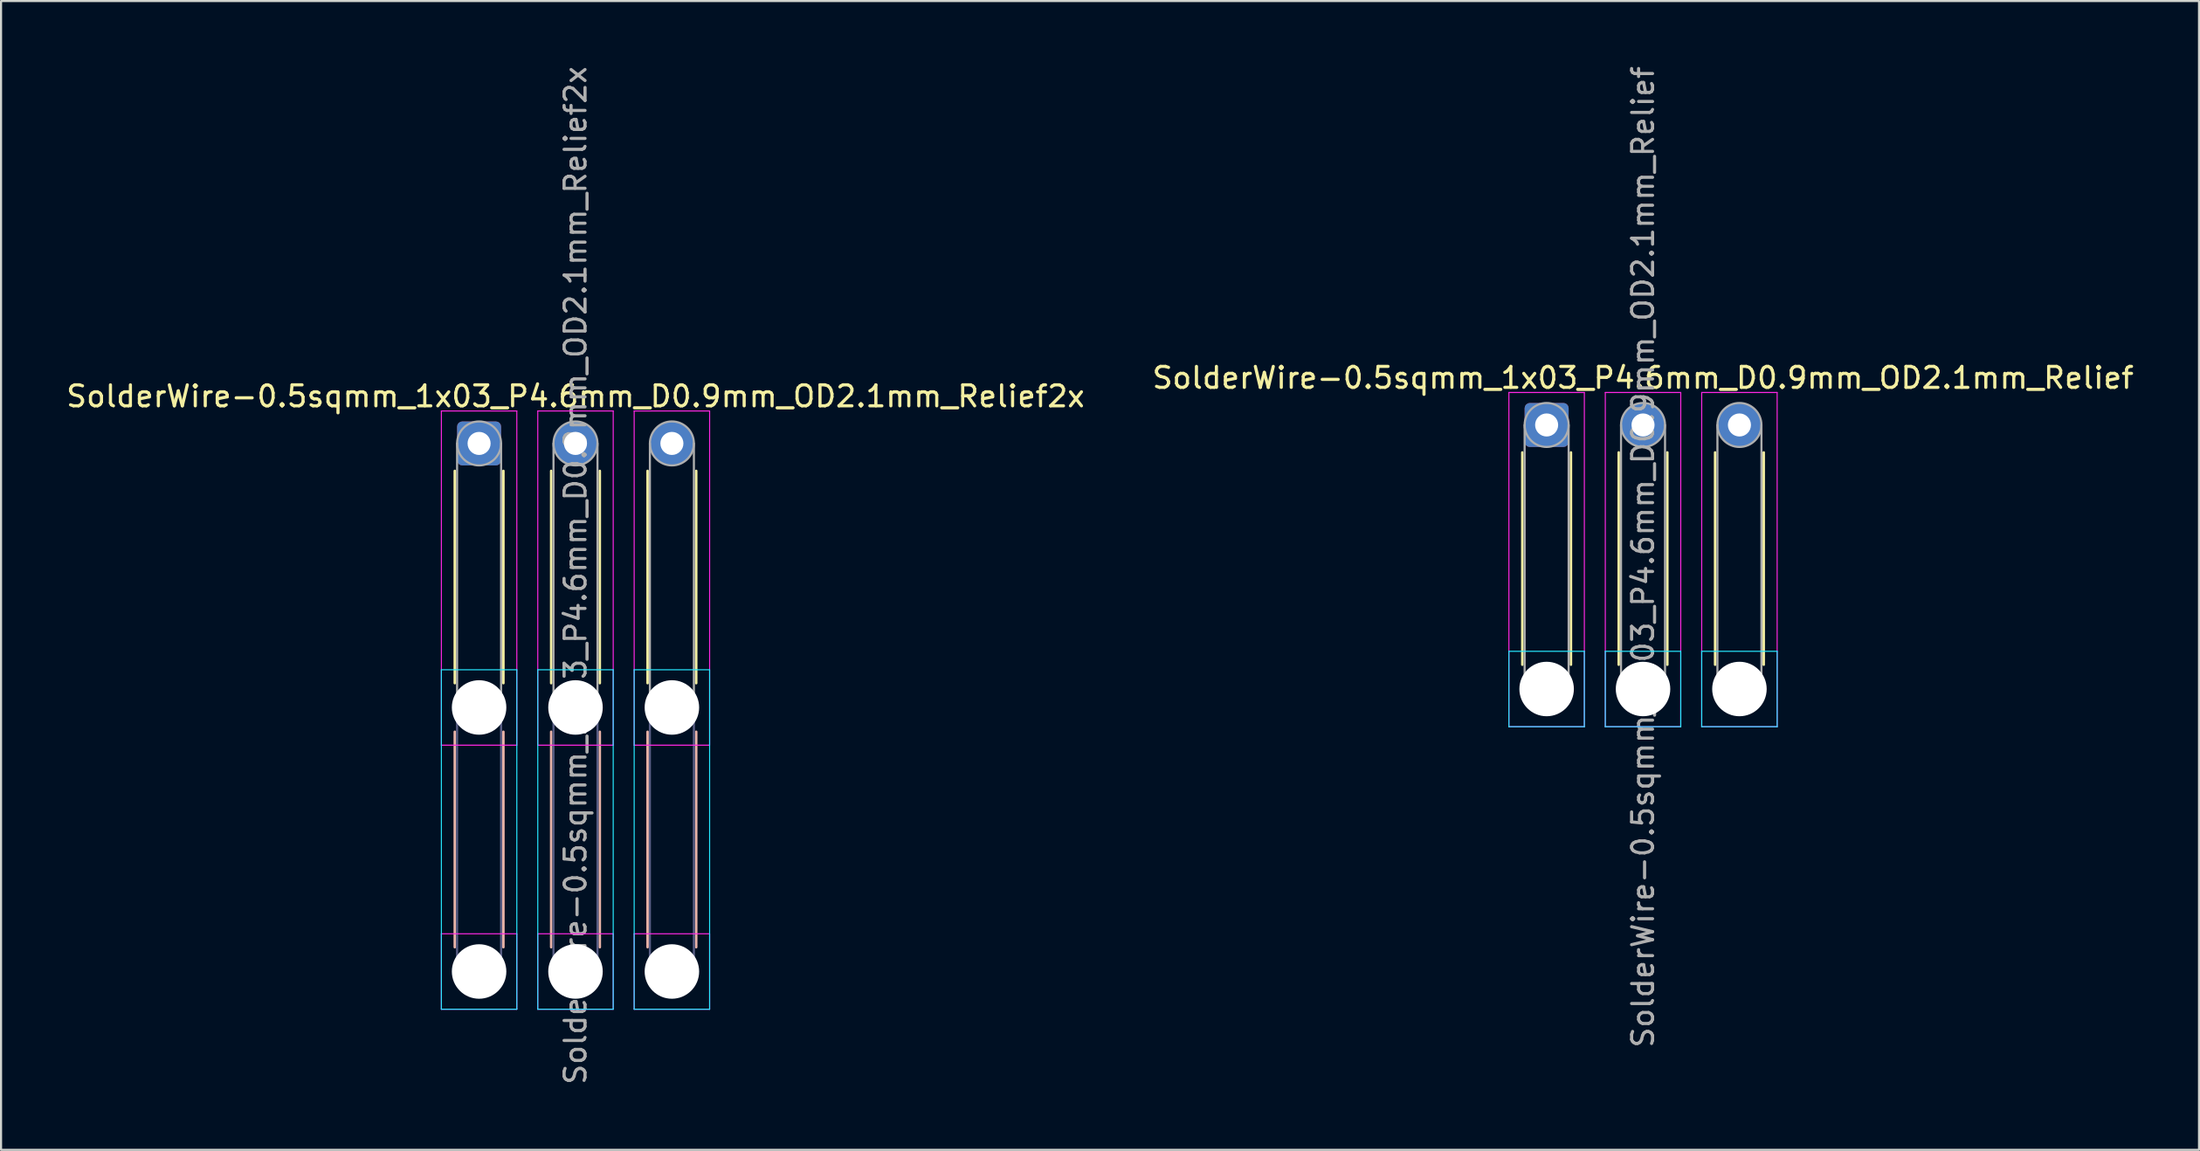
<source format=kicad_pcb>
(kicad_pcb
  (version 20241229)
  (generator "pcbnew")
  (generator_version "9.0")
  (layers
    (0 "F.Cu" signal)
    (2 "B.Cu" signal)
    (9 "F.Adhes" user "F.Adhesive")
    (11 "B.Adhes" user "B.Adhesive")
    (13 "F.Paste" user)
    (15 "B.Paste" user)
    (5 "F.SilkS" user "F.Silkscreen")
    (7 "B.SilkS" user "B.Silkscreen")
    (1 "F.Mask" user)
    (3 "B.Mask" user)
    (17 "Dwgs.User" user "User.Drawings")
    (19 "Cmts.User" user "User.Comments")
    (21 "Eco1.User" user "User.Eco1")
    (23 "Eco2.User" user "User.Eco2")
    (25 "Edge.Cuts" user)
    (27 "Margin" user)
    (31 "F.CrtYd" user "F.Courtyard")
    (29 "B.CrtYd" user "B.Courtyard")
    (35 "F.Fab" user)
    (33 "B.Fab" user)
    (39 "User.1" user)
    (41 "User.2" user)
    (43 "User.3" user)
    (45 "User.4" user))
  (footprint "SolderWire-0.5sqmm_1x03_P4.6mm_D0.9mm_OD2.1mm_Relief2x"
    (layer "F.Cu")
    (at 19.811 18.111)
    (property "Reference" "SolderWire-0.5sqmm_1x03_P4.6mm_D0.9mm_OD2.1mm_Relief2x" (at 4.6 -2.25 0) (layer "F.SilkS") (effects (font (size 1 1) (thickness 0.15))))
    (attr exclude_from_pos_files exclude_from_bom)
    (fp_line (start -1.16 1.31) (end -1.16 11.44) (stroke (width 0.12) (type solid)) (layer "F.SilkS"))
    (fp_line (start 1.16 1.31) (end 1.16 11.44) (stroke (width 0.12) (type solid)) (layer "F.SilkS"))
    (fp_line (start 3.44 1.31) (end 3.44 11.44) (stroke (width 0.12) (type solid)) (layer "F.SilkS"))
    (fp_line (start 5.76 1.31) (end 5.76 11.44) (stroke (width 0.12) (type solid)) (layer "F.SilkS"))
    (fp_line (start 8.04 1.31) (end 8.04 11.44) (stroke (width 0.12) (type solid)) (layer "F.SilkS"))
    (fp_line (start 10.36 1.31) (end 10.36 11.44) (stroke (width 0.12) (type solid)) (layer "F.SilkS"))
    (fp_line (start -1.16 13.76) (end -1.16 24.04) (stroke (width 0.12) (type solid)) (layer "B.SilkS"))
    (fp_line (start 1.16 13.76) (end 1.16 24.04) (stroke (width 0.12) (type solid)) (layer "B.SilkS"))
    (fp_line (start 3.44 13.76) (end 3.44 24.04) (stroke (width 0.12) (type solid)) (layer "B.SilkS"))
    (fp_line (start 5.76 13.76) (end 5.76 24.04) (stroke (width 0.12) (type solid)) (layer "B.SilkS"))
    (fp_line (start 8.04 13.76) (end 8.04 24.04) (stroke (width 0.12) (type solid)) (layer "B.SilkS"))
    (fp_line (start 10.36 13.76) (end 10.36 24.04) (stroke (width 0.12) (type solid)) (layer "B.SilkS"))
    (fp_line (start -1.8 10.8) (end -1.8 27) (stroke (width 0.05) (type solid)) (layer "B.CrtYd"))
    (fp_line (start -1.8 27) (end 1.8 27) (stroke (width 0.05) (type solid)) (layer "B.CrtYd"))
    (fp_line (start 1.8 10.8) (end -1.8 10.8) (stroke (width 0.05) (type solid)) (layer "B.CrtYd"))
    (fp_line (start 1.8 27) (end 1.8 10.8) (stroke (width 0.05) (type solid)) (layer "B.CrtYd"))
    (fp_line (start 2.8 10.8) (end 2.8 27) (stroke (width 0.05) (type solid)) (layer "B.CrtYd"))
    (fp_line (start 2.8 27) (end 6.4 27) (stroke (width 0.05) (type solid)) (layer "B.CrtYd"))
    (fp_line (start 6.4 10.8) (end 2.8 10.8) (stroke (width 0.05) (type solid)) (layer "B.CrtYd"))
    (fp_line (start 6.4 27) (end 6.4 10.8) (stroke (width 0.05) (type solid)) (layer "B.CrtYd"))
    (fp_line (start 7.4 10.8) (end 7.4 27) (stroke (width 0.05) (type solid)) (layer "B.CrtYd"))
    (fp_line (start 7.4 27) (end 11 27) (stroke (width 0.05) (type solid)) (layer "B.CrtYd"))
    (fp_line (start 11 10.8) (end 7.4 10.8) (stroke (width 0.05) (type solid)) (layer "B.CrtYd"))
    (fp_line (start 11 27) (end 11 10.8) (stroke (width 0.05) (type solid)) (layer "B.CrtYd"))
    (fp_line (start -1.8 -1.55) (end -1.8 14.4) (stroke (width 0.05) (type solid)) (layer "F.CrtYd"))
    (fp_line (start -1.8 14.4) (end 1.8 14.4) (stroke (width 0.05) (type solid)) (layer "F.CrtYd"))
    (fp_line (start -1.8 23.4) (end -1.8 27) (stroke (width 0.05) (type solid)) (layer "F.CrtYd"))
    (fp_line (start -1.8 27) (end 1.8 27) (stroke (width 0.05) (type solid)) (layer "F.CrtYd"))
    (fp_line (start 1.8 -1.55) (end -1.8 -1.55) (stroke (width 0.05) (type solid)) (layer "F.CrtYd"))
    (fp_line (start 1.8 14.4) (end 1.8 -1.55) (stroke (width 0.05) (type solid)) (layer "F.CrtYd"))
    (fp_line (start 1.8 23.4) (end -1.8 23.4) (stroke (width 0.05) (type solid)) (layer "F.CrtYd"))
    (fp_line (start 1.8 27) (end 1.8 23.4) (stroke (width 0.05) (type solid)) (layer "F.CrtYd"))
    (fp_line (start 2.8 -1.55) (end 2.8 14.4) (stroke (width 0.05) (type solid)) (layer "F.CrtYd"))
    (fp_line (start 2.8 14.4) (end 6.4 14.4) (stroke (width 0.05) (type solid)) (layer "F.CrtYd"))
    (fp_line (start 2.8 23.4) (end 2.8 27) (stroke (width 0.05) (type solid)) (layer "F.CrtYd"))
    (fp_line (start 2.8 27) (end 6.4 27) (stroke (width 0.05) (type solid)) (layer "F.CrtYd"))
    (fp_line (start 6.4 -1.55) (end 2.8 -1.55) (stroke (width 0.05) (type solid)) (layer "F.CrtYd"))
    (fp_line (start 6.4 14.4) (end 6.4 -1.55) (stroke (width 0.05) (type solid)) (layer "F.CrtYd"))
    (fp_line (start 6.4 23.4) (end 2.8 23.4) (stroke (width 0.05) (type solid)) (layer "F.CrtYd"))
    (fp_line (start 6.4 27) (end 6.4 23.4) (stroke (width 0.05) (type solid)) (layer "F.CrtYd"))
    (fp_line (start 7.4 -1.55) (end 7.4 14.4) (stroke (width 0.05) (type solid)) (layer "F.CrtYd"))
    (fp_line (start 7.4 14.4) (end 11 14.4) (stroke (width 0.05) (type solid)) (layer "F.CrtYd"))
    (fp_line (start 7.4 23.4) (end 7.4 27) (stroke (width 0.05) (type solid)) (layer "F.CrtYd"))
    (fp_line (start 7.4 27) (end 11 27) (stroke (width 0.05) (type solid)) (layer "F.CrtYd"))
    (fp_line (start 11 -1.55) (end 7.4 -1.55) (stroke (width 0.05) (type solid)) (layer "F.CrtYd"))
    (fp_line (start 11 14.4) (end 11 -1.55) (stroke (width 0.05) (type solid)) (layer "F.CrtYd"))
    (fp_line (start 11 23.4) (end 7.4 23.4) (stroke (width 0.05) (type solid)) (layer "F.CrtYd"))
    (fp_line (start 11 27) (end 11 23.4) (stroke (width 0.05) (type solid)) (layer "F.CrtYd"))
    (fp_line (start -1.05 12.6) (end -1.05 25.2) (stroke (width 0.1) (type solid)) (layer "B.Fab"))
    (fp_line (start 1.05 12.6) (end 1.05 25.2) (stroke (width 0.1) (type solid)) (layer "B.Fab"))
    (fp_line (start 3.55 12.6) (end 3.55 25.2) (stroke (width 0.1) (type solid)) (layer "B.Fab"))
    (fp_line (start 5.65 12.6) (end 5.65 25.2) (stroke (width 0.1) (type solid)) (layer "B.Fab"))
    (fp_line (start 8.15 12.6) (end 8.15 25.2) (stroke (width 0.1) (type solid)) (layer "B.Fab"))
    (fp_line (start 10.25 12.6) (end 10.25 25.2) (stroke (width 0.1) (type solid)) (layer "B.Fab"))
    (fp_circle (center 0 12.6) (end 1.05 12.6) (stroke (width 0.1) (type solid)) (fill no) (layer "B.Fab"))
    (fp_circle (center 0 25.2) (end 1.05 25.2) (stroke (width 0.1) (type solid)) (fill no) (layer "B.Fab"))
    (fp_circle (center 4.6 12.6) (end 5.65 12.6) (stroke (width 0.1) (type solid)) (fill no) (layer "B.Fab"))
    (fp_circle (center 4.6 25.2) (end 5.65 25.2) (stroke (width 0.1) (type solid)) (fill no) (layer "B.Fab"))
    (fp_circle (center 9.2 12.6) (end 10.25 12.6) (stroke (width 0.1) (type solid)) (fill no) (layer "B.Fab"))
    (fp_circle (center 9.2 25.2) (end 10.25 25.2) (stroke (width 0.1) (type solid)) (fill no) (layer "B.Fab"))
    (fp_line (start -1.05 0) (end -1.05 12.6) (stroke (width 0.1) (type solid)) (layer "F.Fab"))
    (fp_line (start 1.05 0) (end 1.05 12.6) (stroke (width 0.1) (type solid)) (layer "F.Fab"))
    (fp_line (start 3.55 0) (end 3.55 12.6) (stroke (width 0.1) (type solid)) (layer "F.Fab"))
    (fp_line (start 5.65 0) (end 5.65 12.6) (stroke (width 0.1) (type solid)) (layer "F.Fab"))
    (fp_line (start 8.15 0) (end 8.15 12.6) (stroke (width 0.1) (type solid)) (layer "F.Fab"))
    (fp_line (start 10.25 0) (end 10.25 12.6) (stroke (width 0.1) (type solid)) (layer "F.Fab"))
    (fp_circle (center 0 0) (end 1.05 0) (stroke (width 0.1) (type solid)) (fill no) (layer "F.Fab"))
    (fp_circle (center 0 12.6) (end 1.05 12.6) (stroke (width 0.1) (type solid)) (fill no) (layer "F.Fab"))
    (fp_circle (center 0 25.2) (end 1.05 25.2) (stroke (width 0.1) (type solid)) (fill no) (layer "F.Fab"))
    (fp_circle (center 4.6 0) (end 5.65 0) (stroke (width 0.1) (type solid)) (fill no) (layer "F.Fab"))
    (fp_circle (center 4.6 12.6) (end 5.65 12.6) (stroke (width 0.1) (type solid)) (fill no) (layer "F.Fab"))
    (fp_circle (center 4.6 25.2) (end 5.65 25.2) (stroke (width 0.1) (type solid)) (fill no) (layer "F.Fab"))
    (fp_circle (center 9.2 0) (end 10.25 0) (stroke (width 0.1) (type solid)) (fill no) (layer "F.Fab"))
    (fp_circle (center 9.2 12.6) (end 10.25 12.6) (stroke (width 0.1) (type solid)) (fill no) (layer "F.Fab"))
    (fp_circle (center 9.2 25.2) (end 10.25 25.2) (stroke (width 0.1) (type solid)) (fill no) (layer "F.Fab"))
    (fp_text user "${REFERENCE}" (at 4.6 6.3 90) (layer "F.Fab") (effects (font (size 1 1) (thickness 0.15))))
    (pad "" np_thru_hole circle (at 0 12.6) (size 2.6 2.6) (drill 2.6) (layers "*.Cu" "*.Mask"))
    (pad "" np_thru_hole circle (at 0 25.2) (size 2.6 2.6) (drill 2.6) (layers "*.Cu" "*.Mask"))
    (pad "" np_thru_hole circle (at 4.6 12.6) (size 2.6 2.6) (drill 2.6) (layers "*.Cu" "*.Mask"))
    (pad "" np_thru_hole circle (at 4.6 25.2) (size 2.6 2.6) (drill 2.6) (layers "*.Cu" "*.Mask"))
    (pad "" np_thru_hole circle (at 9.2 12.6) (size 2.6 2.6) (drill 2.6) (layers "*.Cu" "*.Mask"))
    (pad "" np_thru_hole circle (at 9.2 25.2) (size 2.6 2.6) (drill 2.6) (layers "*.Cu" "*.Mask"))
    (pad "1" thru_hole roundrect (at 0 0) (size 2.1 2.1) (drill 1.1) (layers "*.Cu" "*.Mask") (roundrect_rratio 0.119))
    (pad "2" thru_hole circle (at 4.6 0) (size 2.1 2.1) (drill 1.1) (layers "*.Cu" "*.Mask"))
    (pad "3" thru_hole circle (at 9.2 0) (size 2.1 2.1) (drill 1.1) (layers "*.Cu" "*.Mask")))
  (footprint "SolderWire-0.5sqmm_1x03_P4.6mm_D0.9mm_OD2.1mm_Relief"
    (layer "F.Cu")
    (at 70.751 17.23)
    (property "Reference" "SolderWire-0.5sqmm_1x03_P4.6mm_D0.9mm_OD2.1mm_Relief" (at 4.6 -2.25 0) (layer "F.SilkS") (effects (font (size 1 1) (thickness 0.15))))
    (attr exclude_from_pos_files exclude_from_bom)
    (fp_line (start -1.16 1.31) (end -1.16 11.44) (stroke (width 0.12) (type solid)) (layer "F.SilkS"))
    (fp_line (start 1.16 1.31) (end 1.16 11.44) (stroke (width 0.12) (type solid)) (layer "F.SilkS"))
    (fp_line (start 3.44 1.31) (end 3.44 11.44) (stroke (width 0.12) (type solid)) (layer "F.SilkS"))
    (fp_line (start 5.76 1.31) (end 5.76 11.44) (stroke (width 0.12) (type solid)) (layer "F.SilkS"))
    (fp_line (start 8.04 1.31) (end 8.04 11.44) (stroke (width 0.12) (type solid)) (layer "F.SilkS"))
    (fp_line (start 10.36 1.31) (end 10.36 11.44) (stroke (width 0.12) (type solid)) (layer "F.SilkS"))
    (fp_line (start -1.8 10.8) (end -1.8 14.4) (stroke (width 0.05) (type solid)) (layer "B.CrtYd"))
    (fp_line (start -1.8 14.4) (end 1.8 14.4) (stroke (width 0.05) (type solid)) (layer "B.CrtYd"))
    (fp_line (start 1.8 10.8) (end -1.8 10.8) (stroke (width 0.05) (type solid)) (layer "B.CrtYd"))
    (fp_line (start 1.8 14.4) (end 1.8 10.8) (stroke (width 0.05) (type solid)) (layer "B.CrtYd"))
    (fp_line (start 2.8 10.8) (end 2.8 14.4) (stroke (width 0.05) (type solid)) (layer "B.CrtYd"))
    (fp_line (start 2.8 14.4) (end 6.4 14.4) (stroke (width 0.05) (type solid)) (layer "B.CrtYd"))
    (fp_line (start 6.4 10.8) (end 2.8 10.8) (stroke (width 0.05) (type solid)) (layer "B.CrtYd"))
    (fp_line (start 6.4 14.4) (end 6.4 10.8) (stroke (width 0.05) (type solid)) (layer "B.CrtYd"))
    (fp_line (start 7.4 10.8) (end 7.4 14.4) (stroke (width 0.05) (type solid)) (layer "B.CrtYd"))
    (fp_line (start 7.4 14.4) (end 11 14.4) (stroke (width 0.05) (type solid)) (layer "B.CrtYd"))
    (fp_line (start 11 10.8) (end 7.4 10.8) (stroke (width 0.05) (type solid)) (layer "B.CrtYd"))
    (fp_line (start 11 14.4) (end 11 10.8) (stroke (width 0.05) (type solid)) (layer "B.CrtYd"))
    (fp_line (start -1.8 -1.55) (end -1.8 14.4) (stroke (width 0.05) (type solid)) (layer "F.CrtYd"))
    (fp_line (start -1.8 14.4) (end 1.8 14.4) (stroke (width 0.05) (type solid)) (layer "F.CrtYd"))
    (fp_line (start 1.8 -1.55) (end -1.8 -1.55) (stroke (width 0.05) (type solid)) (layer "F.CrtYd"))
    (fp_line (start 1.8 14.4) (end 1.8 -1.55) (stroke (width 0.05) (type solid)) (layer "F.CrtYd"))
    (fp_line (start 2.8 -1.55) (end 2.8 14.4) (stroke (width 0.05) (type solid)) (layer "F.CrtYd"))
    (fp_line (start 2.8 14.4) (end 6.4 14.4) (stroke (width 0.05) (type solid)) (layer "F.CrtYd"))
    (fp_line (start 6.4 -1.55) (end 2.8 -1.55) (stroke (width 0.05) (type solid)) (layer "F.CrtYd"))
    (fp_line (start 6.4 14.4) (end 6.4 -1.55) (stroke (width 0.05) (type solid)) (layer "F.CrtYd"))
    (fp_line (start 7.4 -1.55) (end 7.4 14.4) (stroke (width 0.05) (type solid)) (layer "F.CrtYd"))
    (fp_line (start 7.4 14.4) (end 11 14.4) (stroke (width 0.05) (type solid)) (layer "F.CrtYd"))
    (fp_line (start 11 -1.55) (end 7.4 -1.55) (stroke (width 0.05) (type solid)) (layer "F.CrtYd"))
    (fp_line (start 11 14.4) (end 11 -1.55) (stroke (width 0.05) (type solid)) (layer "F.CrtYd"))
    (fp_line (start -1.05 0) (end -1.05 12.6) (stroke (width 0.1) (type solid)) (layer "F.Fab"))
    (fp_line (start 1.05 0) (end 1.05 12.6) (stroke (width 0.1) (type solid)) (layer "F.Fab"))
    (fp_line (start 3.55 0) (end 3.55 12.6) (stroke (width 0.1) (type solid)) (layer "F.Fab"))
    (fp_line (start 5.65 0) (end 5.65 12.6) (stroke (width 0.1) (type solid)) (layer "F.Fab"))
    (fp_line (start 8.15 0) (end 8.15 12.6) (stroke (width 0.1) (type solid)) (layer "F.Fab"))
    (fp_line (start 10.25 0) (end 10.25 12.6) (stroke (width 0.1) (type solid)) (layer "F.Fab"))
    (fp_circle (center 0 0) (end 1.05 0) (stroke (width 0.1) (type solid)) (fill no) (layer "F.Fab"))
    (fp_circle (center 0 12.6) (end 1.05 12.6) (stroke (width 0.1) (type solid)) (fill no) (layer "F.Fab"))
    (fp_circle (center 4.6 0) (end 5.65 0) (stroke (width 0.1) (type solid)) (fill no) (layer "F.Fab"))
    (fp_circle (center 4.6 12.6) (end 5.65 12.6) (stroke (width 0.1) (type solid)) (fill no) (layer "F.Fab"))
    (fp_circle (center 9.2 0) (end 10.25 0) (stroke (width 0.1) (type solid)) (fill no) (layer "F.Fab"))
    (fp_circle (center 9.2 12.6) (end 10.25 12.6) (stroke (width 0.1) (type solid)) (fill no) (layer "F.Fab"))
    (fp_text user "${REFERENCE}" (at 4.6 6.3 90) (layer "F.Fab") (effects (font (size 1 1) (thickness 0.15))))
    (pad "" np_thru_hole circle (at 0 12.6) (size 2.6 2.6) (drill 2.6) (layers "*.Cu" "*.Mask"))
    (pad "" np_thru_hole circle (at 4.6 12.6) (size 2.6 2.6) (drill 2.6) (layers "*.Cu" "*.Mask"))
    (pad "" np_thru_hole circle (at 9.2 12.6) (size 2.6 2.6) (drill 2.6) (layers "*.Cu" "*.Mask"))
    (pad "1" thru_hole roundrect (at 0 0) (size 2.1 2.1) (drill 1.1) (layers "*.Cu" "*.Mask") (roundrect_rratio 0.119))
    (pad "2" thru_hole circle (at 4.6 0) (size 2.1 2.1) (drill 1.1) (layers "*.Cu" "*.Mask"))
    (pad "3" thru_hole circle (at 9.2 0) (size 2.1 2.1) (drill 1.1) (layers "*.Cu" "*.Mask")))
  (gr_rect
    (start -3 -3)
    (end 101.881 51.821)
    (stroke (width 0.1) (type default))
    (fill no)
    (layer "Edge.Cuts")))
</source>
